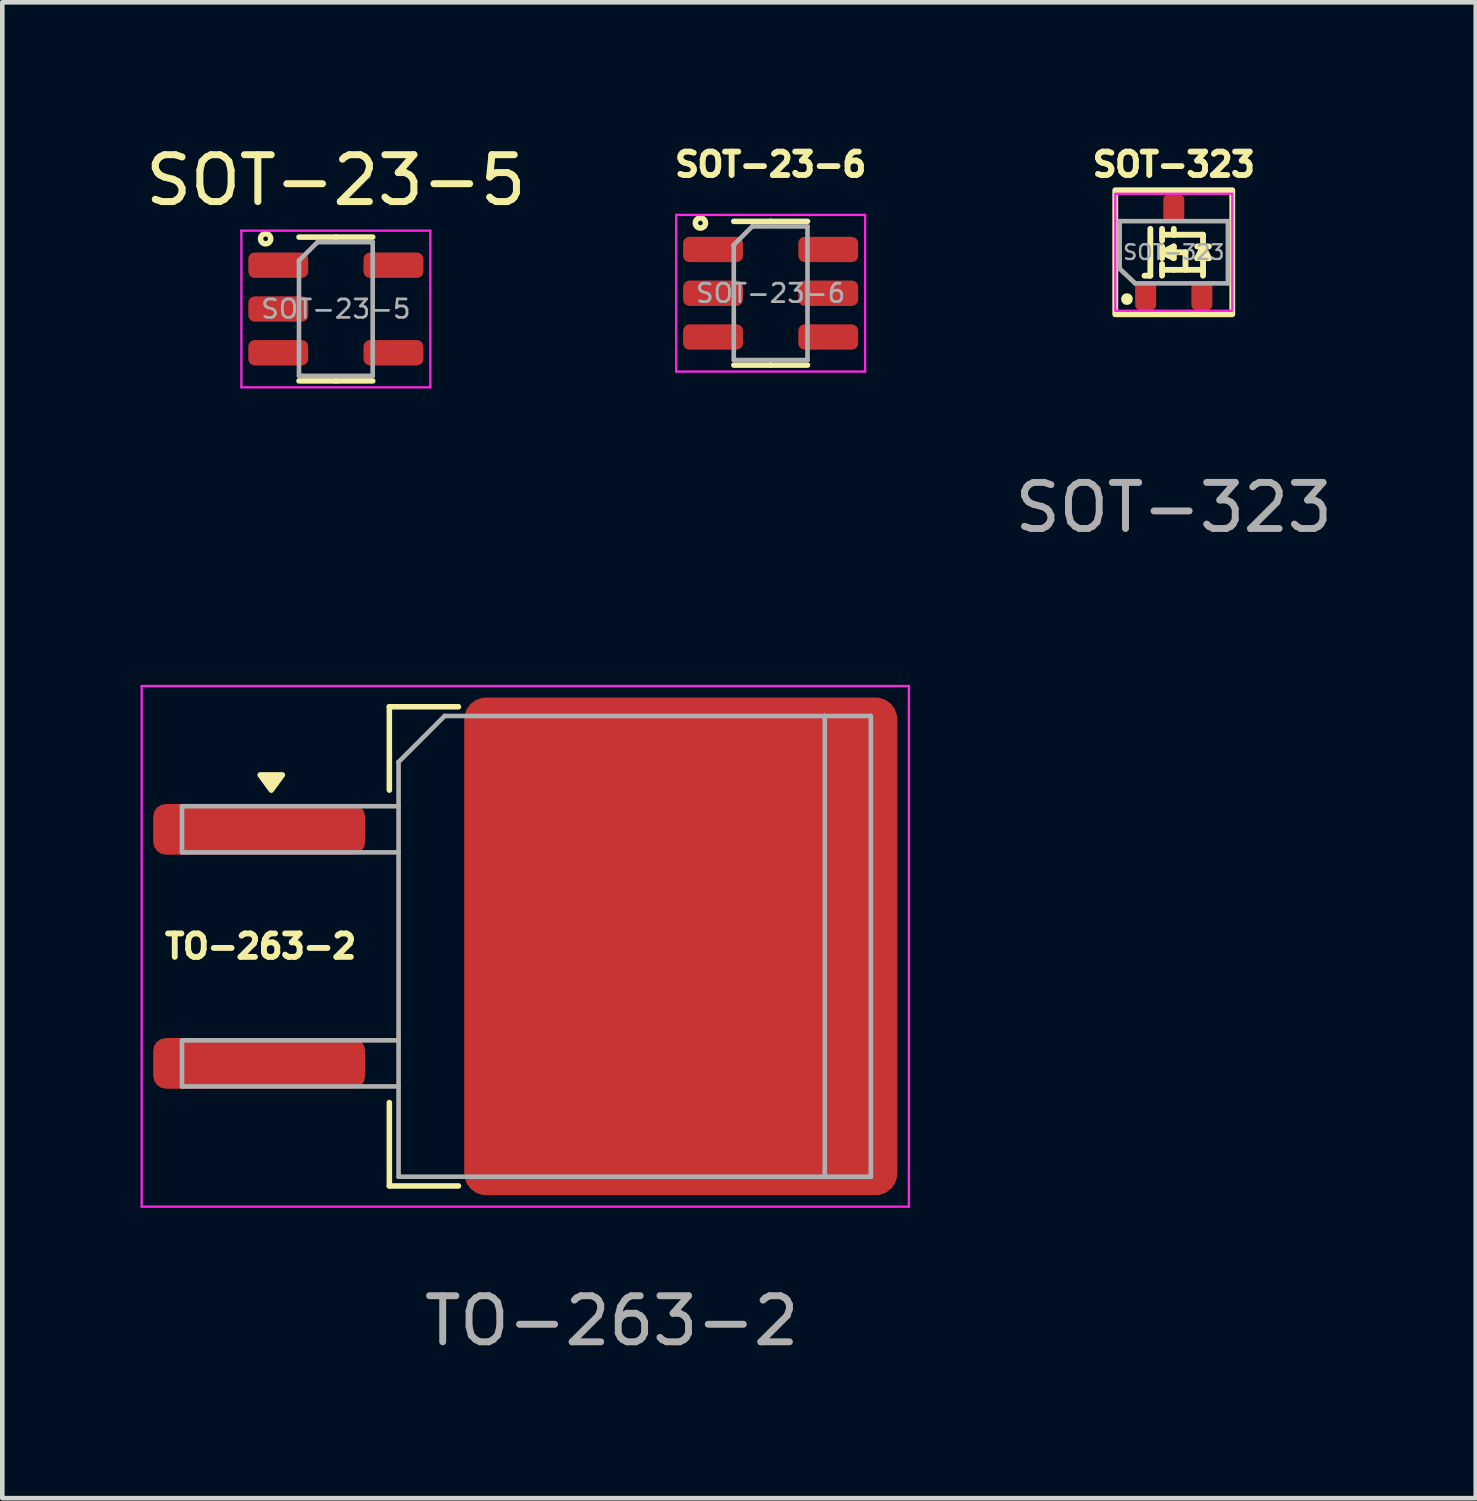
<source format=kicad_pcb>
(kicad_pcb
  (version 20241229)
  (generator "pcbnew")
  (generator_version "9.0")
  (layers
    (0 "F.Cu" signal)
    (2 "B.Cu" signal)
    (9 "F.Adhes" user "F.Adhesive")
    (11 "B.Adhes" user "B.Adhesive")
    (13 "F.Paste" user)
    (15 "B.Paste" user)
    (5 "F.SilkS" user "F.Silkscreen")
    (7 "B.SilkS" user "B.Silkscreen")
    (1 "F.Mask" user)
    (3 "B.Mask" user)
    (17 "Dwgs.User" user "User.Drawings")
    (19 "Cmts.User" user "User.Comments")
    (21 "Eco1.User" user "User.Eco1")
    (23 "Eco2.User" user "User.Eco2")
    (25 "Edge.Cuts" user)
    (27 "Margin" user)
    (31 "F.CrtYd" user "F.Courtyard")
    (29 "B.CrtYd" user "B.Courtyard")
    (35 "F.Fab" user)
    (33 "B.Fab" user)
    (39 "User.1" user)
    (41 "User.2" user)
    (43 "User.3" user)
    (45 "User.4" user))
  (footprint "TO-263-2"
    (layer "F.Cu")
    (at 10.225 17.488)
    (property "Reference" "TO-263-2" (at -7.62 0 0) (layer "F.SilkS") (effects (font (size 0.508 0.508) (thickness 0.127))))
    (attr smd)
    (fp_line (start -4.825 -5.2) (end -4.825 -3.39) (stroke (width 0.12) (type solid)) (layer "F.SilkS"))
    (fp_line (start -4.825 5.2) (end -4.825 3.39) (stroke (width 0.12) (type solid)) (layer "F.SilkS"))
    (fp_line (start -3.325 -5.2) (end -4.825 -5.2) (stroke (width 0.12) (type solid)) (layer "F.SilkS"))
    (fp_line (start -3.325 5.2) (end -4.825 5.2) (stroke (width 0.12) (type solid)) (layer "F.SilkS"))
    (fp_poly (pts (xy -7.388 -3.39) (xy -7.628 -3.72) (xy -7.147 -3.72) (xy -7.388 -3.39)) (stroke (width 0.12) (type solid)) (fill yes) (layer "F.SilkS"))
    (fp_line (start -10.2 -5.65) (end -10.2 5.65) (stroke (width 0.05) (type solid)) (layer "F.CrtYd"))
    (fp_line (start -10.2 5.65) (end 6.45 5.65) (stroke (width 0.05) (type solid)) (layer "F.CrtYd"))
    (fp_line (start 6.45 -5.65) (end -10.2 -5.65) (stroke (width 0.05) (type solid)) (layer "F.CrtYd"))
    (fp_line (start 6.45 5.65) (end 6.45 -5.65) (stroke (width 0.05) (type solid)) (layer "F.CrtYd"))
    (fp_line (start -9.325 -3.04) (end -9.325 -2.04) (stroke (width 0.1) (type solid)) (layer "F.Fab"))
    (fp_line (start -9.325 -2.04) (end -4.625 -2.04) (stroke (width 0.1) (type solid)) (layer "F.Fab"))
    (fp_line (start -9.325 2.04) (end -9.325 3.04) (stroke (width 0.1) (type solid)) (layer "F.Fab"))
    (fp_line (start -9.325 3.04) (end -4.625 3.04) (stroke (width 0.1) (type solid)) (layer "F.Fab"))
    (fp_line (start -4.625 -4) (end -3.625 -5) (stroke (width 0.1) (type solid)) (layer "F.Fab"))
    (fp_line (start -4.625 -3.04) (end -9.325 -3.04) (stroke (width 0.1) (type solid)) (layer "F.Fab"))
    (fp_line (start -4.625 2.04) (end -9.325 2.04) (stroke (width 0.1) (type solid)) (layer "F.Fab"))
    (fp_line (start -4.625 5) (end -4.625 -4) (stroke (width 0.1) (type solid)) (layer "F.Fab"))
    (fp_line (start -3.625 -5) (end 4.625 -5) (stroke (width 0.1) (type solid)) (layer "F.Fab"))
    (fp_line (start 4.625 -5) (end 4.625 5) (stroke (width 0.1) (type solid)) (layer "F.Fab"))
    (fp_line (start 4.625 -5) (end 5.625 -5) (stroke (width 0.1) (type solid)) (layer "F.Fab"))
    (fp_line (start 4.625 5) (end -4.625 5) (stroke (width 0.1) (type solid)) (layer "F.Fab"))
    (fp_line (start 5.625 -5) (end 5.625 5) (stroke (width 0.1) (type solid)) (layer "F.Fab"))
    (fp_line (start 5.625 5) (end 4.625 5) (stroke (width 0.1) (type solid)) (layer "F.Fab"))
    (fp_text user "${REFERENCE}" (at 0 8.128 0) (layer "F.Fab") (effects (font (size 1 1) (thickness 0.15))))
    (pad "1" smd roundrect (at -7.65 -2.54) (size 4.6 1.1) (layers "F.Cu" "F.Mask" "F.Paste") (roundrect_rratio 0.25))
    (pad "2" smd roundrect (at -0.925 -2.775) (size 4.445 5.08) (layers "F.Cu" "F.Paste") (roundrect_rratio 0.25))
    (pad "2" smd roundrect (at -0.925 2.775) (size 4.445 5.08) (layers "F.Cu" "F.Paste") (roundrect_rratio 0.25))
    (pad "2" smd roundrect (at 1.5 0) (size 9.4 10.8) (layers "F.Cu" "F.Mask") (roundrect_rratio 0.05))
    (pad "2" smd roundrect (at 3.925 -2.775) (size 4.445 5.08) (layers "F.Cu" "F.Paste") (roundrect_rratio 0.25))
    (pad "2" smd roundrect (at 3.925 2.775) (size 4.445 5.08) (layers "F.Cu" "F.Paste") (roundrect_rratio 0.25))
    (pad "3" smd roundrect (at -7.65 2.54) (size 4.6 1.1) (layers "F.Cu" "F.Mask" "F.Paste") (roundrect_rratio 0.25)))
  (footprint "SOT-23-5"
    (layer "F.Cu")
    (at 4.239 3.656)
    (property "Reference" "SOT-23-5" (at 0 -2.794 0) (layer "F.SilkS") (effects (font (size 1.016 1.016) (thickness 0.152))))
    (attr smd)
    (fp_line (start 0 -1.56) (end -0.8 -1.56) (stroke (width 0.12) (type solid)) (layer "F.SilkS"))
    (fp_line (start 0 -1.56) (end 0.8 -1.56) (stroke (width 0.12) (type solid)) (layer "F.SilkS"))
    (fp_line (start 0 1.56) (end -0.8 1.56) (stroke (width 0.12) (type solid)) (layer "F.SilkS"))
    (fp_line (start 0 1.56) (end 0.8 1.56) (stroke (width 0.12) (type solid)) (layer "F.SilkS"))
    (fp_circle (center -1.524 -1.524) (end -1.474 -1.524) (stroke (width 0.12) (type solid)) (fill no) (layer "F.SilkS"))
    (fp_line (start -2.05 -1.7) (end -2.05 1.7) (stroke (width 0.05) (type solid)) (layer "F.CrtYd"))
    (fp_line (start -2.05 1.7) (end 2.05 1.7) (stroke (width 0.05) (type solid)) (layer "F.CrtYd"))
    (fp_line (start 2.05 -1.7) (end -2.05 -1.7) (stroke (width 0.05) (type solid)) (layer "F.CrtYd"))
    (fp_line (start 2.05 1.7) (end 2.05 -1.7) (stroke (width 0.05) (type solid)) (layer "F.CrtYd"))
    (fp_line (start -0.8 -1.05) (end -0.4 -1.45) (stroke (width 0.1) (type solid)) (layer "F.Fab"))
    (fp_line (start -0.8 1.45) (end -0.8 -1.05) (stroke (width 0.1) (type solid)) (layer "F.Fab"))
    (fp_line (start -0.4 -1.45) (end 0.8 -1.45) (stroke (width 0.1) (type solid)) (layer "F.Fab"))
    (fp_line (start 0.8 -1.45) (end 0.8 1.45) (stroke (width 0.1) (type solid)) (layer "F.Fab"))
    (fp_line (start 0.8 1.45) (end -0.8 1.45) (stroke (width 0.1) (type solid)) (layer "F.Fab"))
    (fp_text user "${REFERENCE}" (at 0 0 0) (layer "F.Fab") (effects (font (size 0.4 0.4) (thickness 0.06))))
    (pad "1" smd roundrect (at -1.25 -0.95) (size 1.3 0.55) (layers "F.Cu" "F.Mask" "F.Paste") (roundrect_rratio 0.25))
    (pad "2" smd roundrect (at -1.25 0) (size 1.3 0.55) (layers "F.Cu" "F.Mask" "F.Paste") (roundrect_rratio 0.25))
    (pad "3" smd roundrect (at -1.25 0.95) (size 1.3 0.55) (layers "F.Cu" "F.Mask" "F.Paste") (roundrect_rratio 0.25))
    (pad "4" smd roundrect (at 1.25 0.95) (size 1.3 0.55) (layers "F.Cu" "F.Mask" "F.Paste") (roundrect_rratio 0.25))
    (pad "5" smd roundrect (at 1.25 -0.95) (size 1.3 0.55) (layers "F.Cu" "F.Mask" "F.Paste") (roundrect_rratio 0.25)))
  (footprint "SOT-323"
    (layer "F.Cu")
    (at 22.424 2.425)
    (property "Reference" "SOT-323" (at 0 -1.905 0) (layer "F.SilkS") (effects (font (size 0.508 0.508) (thickness 0.127))))
    (attr smd)
    (fp_line (start -0.508 -0.508) (end -0.508 0.508) (stroke (width 0.127) (type default)) (layer "F.SilkS"))
    (fp_line (start -0.508 0.508) (end -0.635 0.508) (stroke (width 0.127) (type default)) (layer "F.SilkS"))
    (fp_line (start -0.254 -0.508) (end -0.254 -0.254) (stroke (width 0.127) (type default)) (layer "F.SilkS"))
    (fp_line (start -0.254 -0.127) (end -0.254 0.127) (stroke (width 0.127) (type default)) (layer "F.SilkS"))
    (fp_line (start -0.254 0) (end 0 -0.127) (stroke (width 0.127) (type default)) (layer "F.SilkS"))
    (fp_line (start -0.254 0.254) (end -0.254 0.508) (stroke (width 0.127) (type default)) (layer "F.SilkS"))
    (fp_line (start 0 -0.508) (end 0 -0.381) (stroke (width 0.127) (type default)) (layer "F.SilkS"))
    (fp_line (start 0 -0.381) (end -0.254 -0.381) (stroke (width 0.127) (type default)) (layer "F.SilkS"))
    (fp_line (start 0 -0.127) (end 0 0.127) (stroke (width 0.127) (type default)) (layer "F.SilkS"))
    (fp_line (start 0 0.127) (end -0.254 0) (stroke (width 0.127) (type default)) (layer "F.SilkS"))
    (fp_line (start 0 0.381) (end -0.254 0.381) (stroke (width 0.127) (type default)) (layer "F.SilkS"))
    (fp_line (start 0 0.381) (end 0.635 0.381) (stroke (width 0.127) (type default)) (layer "F.SilkS"))
    (fp_line (start 0.254 0) (end -0.254 0) (stroke (width 0.127) (type default)) (layer "F.SilkS"))
    (fp_line (start 0.254 0) (end 0.254 0.381) (stroke (width 0.127) (type default)) (layer "F.SilkS"))
    (fp_line (start 0.508 -0.127) (end 0.762 -0.127) (stroke (width 0.127) (type default)) (layer "F.SilkS"))
    (fp_line (start 0.508 0.127) (end 0.762 0.127) (stroke (width 0.127) (type default)) (layer "F.SilkS"))
    (fp_line (start 0.635 -0.381) (end 0 -0.381) (stroke (width 0.127) (type default)) (layer "F.SilkS"))
    (fp_line (start 0.635 -0.127) (end 0.508 0.127) (stroke (width 0.127) (type default)) (layer "F.SilkS"))
    (fp_line (start 0.635 0.381) (end 0.635 -0.381) (stroke (width 0.127) (type default)) (layer "F.SilkS"))
    (fp_line (start 0.635 0.381) (end 0.635 0.508) (stroke (width 0.127) (type default)) (layer "F.SilkS"))
    (fp_line (start 0.762 0.127) (end 0.635 -0.127) (stroke (width 0.127) (type default)) (layer "F.SilkS"))
    (fp_rect (start -1.27 -1.346) (end 1.27 1.346) (stroke (width 0.127) (type default)) (fill no) (layer "F.SilkS"))
    (fp_circle (center -1.016 1.016) (end -1.016 1.016) (stroke (width 0.127) (type default)) (fill no) (layer "F.SilkS"))
    (fp_rect (start -1.27 1.27) (end 1.27 -1.27) (stroke (width 0.051) (type default)) (fill no) (layer "F.CrtYd"))
    (fp_line (start -1.175 -0.675) (end 1.175 -0.675) (stroke (width 0.1) (type solid)) (layer "F.Fab"))
    (fp_line (start -1.175 0.356) (end -1.175 -0.675) (stroke (width 0.1) (type solid)) (layer "F.Fab"))
    (fp_line (start -0.838 0.675) (end -1.175 0.356) (stroke (width 0.102) (type default)) (layer "F.Fab"))
    (fp_line (start 1.175 -0.675) (end 1.175 0.675) (stroke (width 0.1) (type solid)) (layer "F.Fab"))
    (fp_line (start 1.175 0.675) (end -0.838 0.675) (stroke (width 0.1) (type solid)) (layer "F.Fab"))
    (fp_text user "${REFERENCE}" (at 0 0 0) (layer "F.Fab") (effects (font (size 0.32 0.32) (thickness 0.05))))
    (fp_text user "${REFERENCE}" (at 0 5.54 0) (unlocked yes) (layer "F.Fab") (effects (font (size 1 1) (thickness 0.15))))
    (pad "1" smd roundrect (at -0.61 0.953) (size 0.457 0.61) (layers "F.Cu" "F.Mask" "F.Paste") (roundrect_rratio 0.25))
    (pad "2" smd roundrect (at 0.61 0.953) (size 0.457 0.61) (layers "F.Cu" "F.Mask" "F.Paste") (roundrect_rratio 0.25))
    (pad "3" smd roundrect (at 0 -0.953) (size 0.457 0.61) (layers "F.Cu" "F.Mask" "F.Paste") (roundrect_rratio 0.25)))
  (footprint "SOT-23-6"
    (layer "F.Cu")
    (at 13.675 3.314)
    (property "Reference" "SOT-23-6" (at 0 -2.794 0) (layer "F.SilkS") (effects (font (size 0.508 0.508) (thickness 0.127))))
    (attr smd)
    (fp_line (start 0 -1.56) (end -0.8 -1.56) (stroke (width 0.12) (type solid)) (layer "F.SilkS"))
    (fp_line (start 0 -1.56) (end 0.8 -1.56) (stroke (width 0.12) (type solid)) (layer "F.SilkS"))
    (fp_line (start 0 1.56) (end -0.8 1.56) (stroke (width 0.12) (type solid)) (layer "F.SilkS"))
    (fp_line (start 0 1.56) (end 0.8 1.56) (stroke (width 0.12) (type solid)) (layer "F.SilkS"))
    (fp_circle (center -1.524 -1.524) (end -1.474 -1.524) (stroke (width 0.12) (type solid)) (fill no) (layer "F.SilkS"))
    (fp_line (start -2.05 -1.7) (end -2.05 1.7) (stroke (width 0.05) (type solid)) (layer "F.CrtYd"))
    (fp_line (start -2.05 1.7) (end 2.05 1.7) (stroke (width 0.05) (type solid)) (layer "F.CrtYd"))
    (fp_line (start 2.05 -1.7) (end -2.05 -1.7) (stroke (width 0.05) (type solid)) (layer "F.CrtYd"))
    (fp_line (start 2.05 1.7) (end 2.05 -1.7) (stroke (width 0.05) (type solid)) (layer "F.CrtYd"))
    (fp_line (start -0.8 -1.05) (end -0.4 -1.45) (stroke (width 0.1) (type solid)) (layer "F.Fab"))
    (fp_line (start -0.8 1.45) (end -0.8 -1.05) (stroke (width 0.1) (type solid)) (layer "F.Fab"))
    (fp_line (start -0.4 -1.45) (end 0.8 -1.45) (stroke (width 0.1) (type solid)) (layer "F.Fab"))
    (fp_line (start 0.8 -1.45) (end 0.8 1.45) (stroke (width 0.1) (type solid)) (layer "F.Fab"))
    (fp_line (start 0.8 1.45) (end -0.8 1.45) (stroke (width 0.1) (type solid)) (layer "F.Fab"))
    (fp_text user "${REFERENCE}" (at 0 0 0) (layer "F.Fab") (effects (font (size 0.4 0.4) (thickness 0.06))))
    (pad "1" smd roundrect (at -1.25 -0.95) (size 1.3 0.55) (layers "F.Cu" "F.Mask" "F.Paste") (roundrect_rratio 0.25))
    (pad "2" smd roundrect (at -1.25 0) (size 1.3 0.55) (layers "F.Cu" "F.Mask" "F.Paste") (roundrect_rratio 0.25))
    (pad "3" smd roundrect (at -1.25 0.95) (size 1.3 0.55) (layers "F.Cu" "F.Mask" "F.Paste") (roundrect_rratio 0.25))
    (pad "4" smd roundrect (at 1.25 0.95) (size 1.3 0.55) (layers "F.Cu" "F.Mask" "F.Paste") (roundrect_rratio 0.25))
    (pad "5" smd roundrect (at 1.25 0) (size 1.3 0.55) (layers "F.Cu" "F.Mask" "F.Paste") (roundrect_rratio 0.25))
    (pad "6" smd roundrect (at 1.25 -0.95) (size 1.3 0.55) (layers "F.Cu" "F.Mask" "F.Paste") (roundrect_rratio 0.25)))
  (gr_rect
    (start -3 -3)
    (end 28.978 29.465)
    (stroke (width 0.1) (type default))
    (fill no)
    (layer "Edge.Cuts")))
</source>
